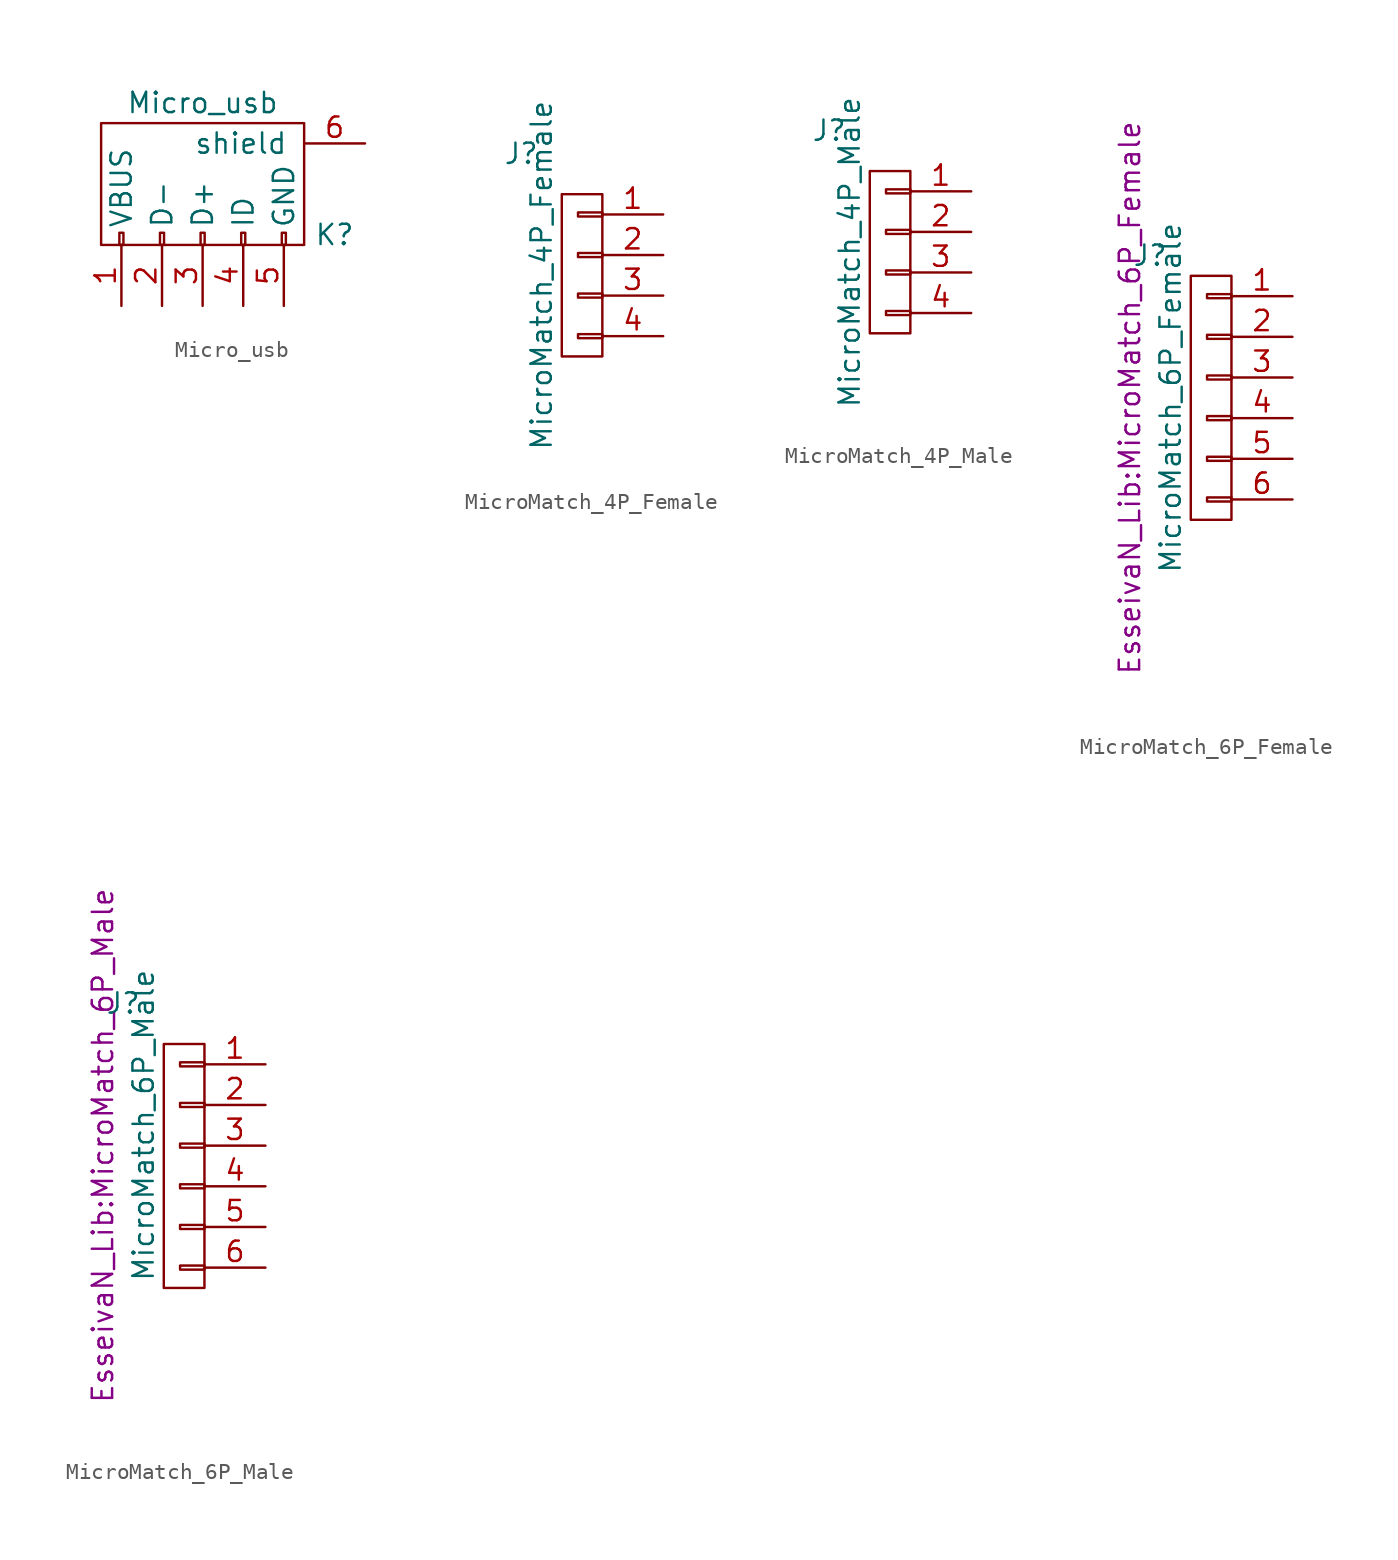
<source format=kicad_sym>
(kicad_symbol_lib
  (version 20211014)
  (generator kicad_symbol_editor)
  (symbol "Micro_usb"
    (pin_names
      (offset 1.016))
    (property "Reference" "K"
      (at 8.255 -3.175 0)
      (effects (font (size 1.27 1.27))))
    (property "Value" "Micro_usb"
      (at 0 5.08 0)
      (effects (font (size 1.27 1.27))))
    (property "Footprint" ""
      (at -1.27 -2.54 90)
      (effects (font (size 1.27 1.27))))
    (property "Datasheet" ""
      (at -1.27 -2.54 90)
      (effects (font (size 1.27 1.27))))
    (symbol "Micro_usb_0_1"
      (rectangle (start -6.35 -3.81) (end 6.35 3.81) (stroke (width 0) (type default) (color 0 0 0 0)) (fill (type none)))
      (rectangle (start -5.207 -3.81) (end -4.953 -3.048) (stroke (width 0) (type default) (color 0 0 0 0)) (fill (type none)))
      (rectangle (start -2.667 -3.81) (end -2.413 -3.048) (stroke (width 0) (type default) (color 0 0 0 0)) (fill (type none)))
      (rectangle (start -0.127 -3.81) (end 0.127 -3.048) (stroke (width 0) (type default) (color 0 0 0 0)) (fill (type none)))
      (rectangle (start 2.413 -3.81) (end 2.667 -3.048) (stroke (width 0) (type default) (color 0 0 0 0)) (fill (type none)))
      (rectangle (start 4.953 -3.81) (end 5.207 -3.048) (stroke (width 0) (type default) (color 0 0 0 0)) (fill (type none))))
    (symbol "Micro_usb_1_1"
      (pin power_out line (at -5.08 -7.62 90) (length 3.81) (name "VBUS" (effects (font (size 1.27 1.27)))) (number "1" (effects (font (size 1.27 1.27)))))
      (pin passive line (at -2.54 -7.62 90) (length 3.81) (name "D-" (effects (font (size 1.27 1.27)))) (number "2" (effects (font (size 1.27 1.27)))))
      (pin passive line (at 0 -7.62 90) (length 3.81) (name "D+" (effects (font (size 1.27 1.27)))) (number "3" (effects (font (size 1.27 1.27)))))
      (pin power_in line (at 2.54 -7.62 90) (length 3.81) (name "ID" (effects (font (size 1.27 1.27)))) (number "4" (effects (font (size 1.27 1.27)))))
      (pin power_in line (at 5.08 -7.62 90) (length 3.81) (name "GND" (effects (font (size 1.27 1.27)))) (number "5" (effects (font (size 1.27 1.27)))))
      (pin passive line (at 10.16 2.54 180) (length 3.81) (name "shield" (effects (font (size 1.27 1.27)))) (number "6" (effects (font (size 1.27 1.27)))))))
  (symbol "MicroMatch_4P_Female"
    (pin_names
      (offset 1.016) hide)
    (property "Reference" "J"
      (at -3.81 7.62 0)
      (effects (font (size 1.27 1.27))))
    (property "Value" "MicroMatch_4P_Female"
      (at -2.54 0 90)
      (effects (font (size 1.27 1.27))))
    (property "Datasheet" ""
      (at 3.81 -6.35 0)
      (effects (font (size 1.27 1.27))))
    (symbol "MicroMatch_4P_Female_0_1"
      (rectangle (start 1.27 -3.683) (end -0.254 -3.937) (stroke (width 0) (type default) (color 0 0 0 0)) (fill (type none)))
      (rectangle (start 1.27 -1.143) (end -0.254 -1.397) (stroke (width 0) (type default) (color 0 0 0 0)) (fill (type none)))
      (rectangle (start 1.27 1.397) (end -0.254 1.143) (stroke (width 0) (type default) (color 0 0 0 0)) (fill (type none)))
      (rectangle (start 1.27 3.937) (end -0.254 3.683) (stroke (width 0) (type default) (color 0 0 0 0)) (fill (type none)))
      (rectangle (start 1.27 5.08) (end -1.27 -5.08) (stroke (width 0) (type default) (color 0 0 0 0)) (fill (type none))))
    (symbol "MicroMatch_4P_Female_1_1"
      (pin passive line (at 5.08 3.81 180) (length 3.81) (name "P1" (effects (font (size 1.27 1.27)))) (number "1" (effects (font (size 1.27 1.27)))))
      (pin passive line (at 5.08 1.27 180) (length 3.81) (name "P2" (effects (font (size 1.27 1.27)))) (number "2" (effects (font (size 1.27 1.27)))))
      (pin passive line (at 5.08 -1.27 180) (length 3.81) (name "P3" (effects (font (size 1.27 1.27)))) (number "3" (effects (font (size 1.27 1.27)))))
      (pin passive line (at 5.08 -3.81 180) (length 3.81) (name "P4" (effects (font (size 1.27 1.27)))) (number "4" (effects (font (size 1.27 1.27)))))))
  (symbol "MicroMatch_4P_Male"
    (pin_names
      (offset 1.016) hide)
    (property "Reference" "J"
      (at -3.81 7.62 0)
      (effects (font (size 1.27 1.27))))
    (property "Value" "MicroMatch_4P_Male"
      (at -2.54 0 90)
      (effects (font (size 1.27 1.27))))
    (property "Datasheet" ""
      (at 3.81 -6.35 0)
      (effects (font (size 1.27 1.27))))
    (symbol "MicroMatch_4P_Male_0_1"
      (rectangle (start 1.27 -3.683) (end -0.254 -3.937) (stroke (width 0) (type default) (color 0 0 0 0)) (fill (type none)))
      (rectangle (start 1.27 -1.143) (end -0.254 -1.397) (stroke (width 0) (type default) (color 0 0 0 0)) (fill (type none)))
      (rectangle (start 1.27 1.397) (end -0.254 1.143) (stroke (width 0) (type default) (color 0 0 0 0)) (fill (type none)))
      (rectangle (start 1.27 3.937) (end -0.254 3.683) (stroke (width 0) (type default) (color 0 0 0 0)) (fill (type none)))
      (rectangle (start 1.27 5.08) (end -1.27 -5.08) (stroke (width 0) (type default) (color 0 0 0 0)) (fill (type none))))
    (symbol "MicroMatch_4P_Male_1_1"
      (pin passive line (at 5.08 3.81 180) (length 3.81) (name "P1" (effects (font (size 1.27 1.27)))) (number "1" (effects (font (size 1.27 1.27)))))
      (pin passive line (at 5.08 1.27 180) (length 3.81) (name "P2" (effects (font (size 1.27 1.27)))) (number "2" (effects (font (size 1.27 1.27)))))
      (pin passive line (at 5.08 -1.27 180) (length 3.81) (name "P3" (effects (font (size 1.27 1.27)))) (number "3" (effects (font (size 1.27 1.27)))))
      (pin passive line (at 5.08 -3.81 180) (length 3.81) (name "P4" (effects (font (size 1.27 1.27)))) (number "4" (effects (font (size 1.27 1.27)))))))
  (symbol "MicroMatch_6P_Female"
    (pin_names
      (offset 1.016) hide)
    (property "Reference" "J"
      (at -3.81 8.89 0)
      (effects (font (size 1.27 1.27))))
    (property "Value" "MicroMatch_6P_Female"
      (at -2.54 0 90)
      (effects (font (size 1.27 1.27))))
    (property "Footprint" "EsseivaN_Lib:MicroMatch_6P_Female"
      (at -5.08 0 90)
      (effects (font (size 1.27 1.27))))
    (property "Datasheet" ""
      (at 3.81 -3.81 0)
      (effects (font (size 1.27 1.27))))
    (symbol "MicroMatch_6P_Female_0_1"
      (rectangle (start 1.27 -1.143) (end -0.254 -1.397) (stroke (width 0) (type default) (color 0 0 0 0)) (fill (type none)))
      (rectangle (start 1.27 1.397) (end -0.254 1.143) (stroke (width 0) (type default) (color 0 0 0 0)) (fill (type none)))
      (rectangle (start 1.27 3.937) (end -0.254 3.683) (stroke (width 0) (type default) (color 0 0 0 0)) (fill (type none)))
      (rectangle (start 1.27 6.477) (end -0.254 6.223) (stroke (width 0) (type default) (color 0 0 0 0)) (fill (type none)))
      (rectangle (start 1.27 7.62) (end -1.27 -7.62) (stroke (width 0) (type default) (color 0 0 0 0)) (fill (type none))))
    (symbol "MicroMatch_6P_Female_1_1"
      (rectangle (start 1.27 -6.223) (end -0.254 -6.477) (stroke (width 0) (type default) (color 0 0 0 0)) (fill (type none)))
      (rectangle (start 1.27 -3.683) (end -0.254 -3.937) (stroke (width 0) (type default) (color 0 0 0 0)) (fill (type none)))
      (pin passive line (at 5.08 6.35 180) (length 3.81) (name "P1" (effects (font (size 1.27 1.27)))) (number "1" (effects (font (size 1.27 1.27)))))
      (pin passive line (at 5.08 3.81 180) (length 3.81) (name "P2" (effects (font (size 1.27 1.27)))) (number "2" (effects (font (size 1.27 1.27)))))
      (pin passive line (at 5.08 1.27 180) (length 3.81) (name "P3" (effects (font (size 1.27 1.27)))) (number "3" (effects (font (size 1.27 1.27)))))
      (pin passive line (at 5.08 -1.27 180) (length 3.81) (name "P4" (effects (font (size 1.27 1.27)))) (number "4" (effects (font (size 1.27 1.27)))))
      (pin passive line (at 5.08 -3.81 180) (length 3.81) (name "P5" (effects (font (size 1.27 1.27)))) (number "5" (effects (font (size 1.27 1.27)))))
      (pin passive line (at 5.08 -6.35 180) (length 3.81) (name "P6" (effects (font (size 1.27 1.27)))) (number "6" (effects (font (size 1.27 1.27)))))))
  (symbol "MicroMatch_6P_Male"
    (pin_names
      (offset 1.016) hide)
    (property "Reference" "J"
      (at -3.81 10.16 0)
      (effects (font (size 1.27 1.27))))
    (property "Value" "MicroMatch_6P_Male"
      (at -2.54 2.54 90)
      (effects (font (size 1.27 1.27))))
    (property "Footprint" "EsseivaN_Lib:MicroMatch_6P_Male"
      (at -5.08 1.27 90)
      (effects (font (size 1.27 1.27))))
    (property "Datasheet" ""
      (at 3.81 -3.81 0)
      (effects (font (size 1.27 1.27))))
    (symbol "MicroMatch_6P_Male_0_1"
      (rectangle (start 1.27 -1.143) (end -0.254 -1.397) (stroke (width 0) (type default) (color 0 0 0 0)) (fill (type none)))
      (rectangle (start 1.27 1.397) (end -0.254 1.143) (stroke (width 0) (type default) (color 0 0 0 0)) (fill (type none)))
      (rectangle (start 1.27 3.937) (end -0.254 3.683) (stroke (width 0) (type default) (color 0 0 0 0)) (fill (type none)))
      (rectangle (start 1.27 6.477) (end -0.254 6.223) (stroke (width 0) (type default) (color 0 0 0 0)) (fill (type none)))
      (rectangle (start 1.27 7.62) (end -1.27 -7.62) (stroke (width 0) (type default) (color 0 0 0 0)) (fill (type none))))
    (symbol "MicroMatch_6P_Male_1_1"
      (rectangle (start 1.27 -6.223) (end -0.254 -6.477) (stroke (width 0) (type default) (color 0 0 0 0)) (fill (type none)))
      (rectangle (start 1.27 -3.683) (end -0.254 -3.937) (stroke (width 0) (type default) (color 0 0 0 0)) (fill (type none)))
      (pin passive line (at 5.08 6.35 180) (length 3.81) (name "P1" (effects (font (size 1.27 1.27)))) (number "1" (effects (font (size 1.27 1.27)))))
      (pin passive line (at 5.08 3.81 180) (length 3.81) (name "P2" (effects (font (size 1.27 1.27)))) (number "2" (effects (font (size 1.27 1.27)))))
      (pin passive line (at 5.08 1.27 180) (length 3.81) (name "P3" (effects (font (size 1.27 1.27)))) (number "3" (effects (font (size 1.27 1.27)))))
      (pin passive line (at 5.08 -1.27 180) (length 3.81) (name "P4" (effects (font (size 1.27 1.27)))) (number "4" (effects (font (size 1.27 1.27)))))
      (pin passive line (at 5.08 -3.81 180) (length 3.81) (name "P5" (effects (font (size 1.27 1.27)))) (number "5" (effects (font (size 1.27 1.27)))))
      (pin passive line (at 5.08 -6.35 180) (length 3.81) (name "P6" (effects (font (size 1.27 1.27)))) (number "6" (effects (font (size 1.27 1.27))))))))
</source>
